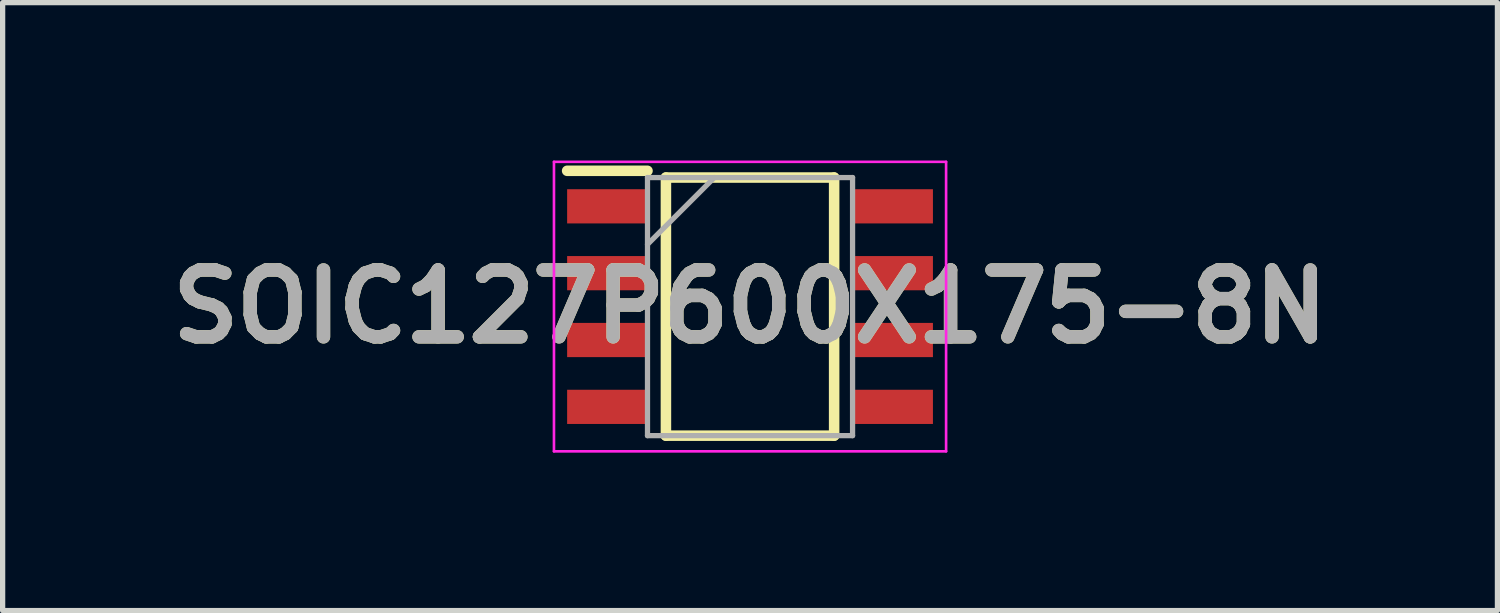
<source format=kicad_pcb>
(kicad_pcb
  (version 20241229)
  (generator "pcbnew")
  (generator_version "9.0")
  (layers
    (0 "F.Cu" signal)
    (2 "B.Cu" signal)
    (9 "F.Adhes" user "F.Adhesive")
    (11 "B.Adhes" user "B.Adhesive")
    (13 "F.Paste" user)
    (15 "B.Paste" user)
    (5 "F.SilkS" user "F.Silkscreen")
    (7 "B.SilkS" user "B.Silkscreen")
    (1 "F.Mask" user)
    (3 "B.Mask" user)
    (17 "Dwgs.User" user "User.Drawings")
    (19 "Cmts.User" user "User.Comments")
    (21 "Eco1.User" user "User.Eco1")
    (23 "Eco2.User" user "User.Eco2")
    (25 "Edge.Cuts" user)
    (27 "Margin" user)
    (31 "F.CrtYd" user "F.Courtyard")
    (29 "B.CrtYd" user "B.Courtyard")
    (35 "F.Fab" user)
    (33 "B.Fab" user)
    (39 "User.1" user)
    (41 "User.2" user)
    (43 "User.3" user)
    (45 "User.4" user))
  (footprint "SOIC127P600X175-8N"
    (layer "F.Cu")
    (at 11.2 2.775)
    (property "Reference" "SOIC127P600X175-8N" (at 0 0 0) (layer "F.SilkS") (effects (font (size 1.27 1.27) (thickness 0.254))))
    (attr smd)
    (fp_line (start -3.475 -2.58) (end -1.948 -2.58) (stroke (width 0.2) (type solid)) (layer "F.SilkS"))
    (fp_line (start -1.598 -2.452) (end 1.598 -2.452) (stroke (width 0.2) (type solid)) (layer "F.SilkS"))
    (fp_line (start -1.598 2.452) (end -1.598 -2.452) (stroke (width 0.2) (type solid)) (layer "F.SilkS"))
    (fp_line (start 1.598 -2.452) (end 1.598 2.452) (stroke (width 0.2) (type solid)) (layer "F.SilkS"))
    (fp_line (start 1.598 2.452) (end -1.598 2.452) (stroke (width 0.2) (type solid)) (layer "F.SilkS"))
    (fp_line (start -3.725 -2.75) (end 3.725 -2.75) (stroke (width 0.05) (type solid)) (layer "F.CrtYd"))
    (fp_line (start -3.725 2.75) (end -3.725 -2.75) (stroke (width 0.05) (type solid)) (layer "F.CrtYd"))
    (fp_line (start 3.725 -2.75) (end 3.725 2.75) (stroke (width 0.05) (type solid)) (layer "F.CrtYd"))
    (fp_line (start 3.725 2.75) (end -3.725 2.75) (stroke (width 0.05) (type solid)) (layer "F.CrtYd"))
    (fp_line (start -1.948 -2.452) (end 1.948 -2.452) (stroke (width 0.1) (type solid)) (layer "F.Fab"))
    (fp_line (start -1.948 -1.182) (end -0.678 -2.452) (stroke (width 0.1) (type solid)) (layer "F.Fab"))
    (fp_line (start -1.948 2.452) (end -1.948 -2.452) (stroke (width 0.1) (type solid)) (layer "F.Fab"))
    (fp_line (start 1.948 -2.452) (end 1.948 2.452) (stroke (width 0.1) (type solid)) (layer "F.Fab"))
    (fp_line (start 1.948 2.452) (end -1.948 2.452) (stroke (width 0.1) (type solid)) (layer "F.Fab"))
    (fp_text user "${REFERENCE}" (at 0 0 0) (layer "F.Fab") (effects (font (size 1.27 1.27) (thickness 0.254))))
    (pad "1" smd rect (at -2.711 -1.905 90) (size 0.65 1.528) (layers "F.Cu" "F.Mask" "F.Paste"))
    (pad "2" smd rect (at -2.711 -0.635 90) (size 0.65 1.528) (layers "F.Cu" "F.Mask" "F.Paste"))
    (pad "3" smd rect (at -2.711 0.635 90) (size 0.65 1.528) (layers "F.Cu" "F.Mask" "F.Paste"))
    (pad "4" smd rect (at -2.711 1.905 90) (size 0.65 1.528) (layers "F.Cu" "F.Mask" "F.Paste"))
    (pad "5" smd rect (at 2.711 1.905 90) (size 0.65 1.528) (layers "F.Cu" "F.Mask" "F.Paste"))
    (pad "6" smd rect (at 2.711 0.635 90) (size 0.65 1.528) (layers "F.Cu" "F.Mask" "F.Paste"))
    (pad "7" smd rect (at 2.711 -0.635 90) (size 0.65 1.528) (layers "F.Cu" "F.Mask" "F.Paste"))
    (pad "8" smd rect (at 2.711 -1.905 90) (size 0.65 1.528) (layers "F.Cu" "F.Mask" "F.Paste")))
  (gr_rect
    (start -3 -3)
    (end 25.4 8.55)
    (stroke (width 0.1) (type default))
    (fill no)
    (layer "Edge.Cuts")))
</source>
